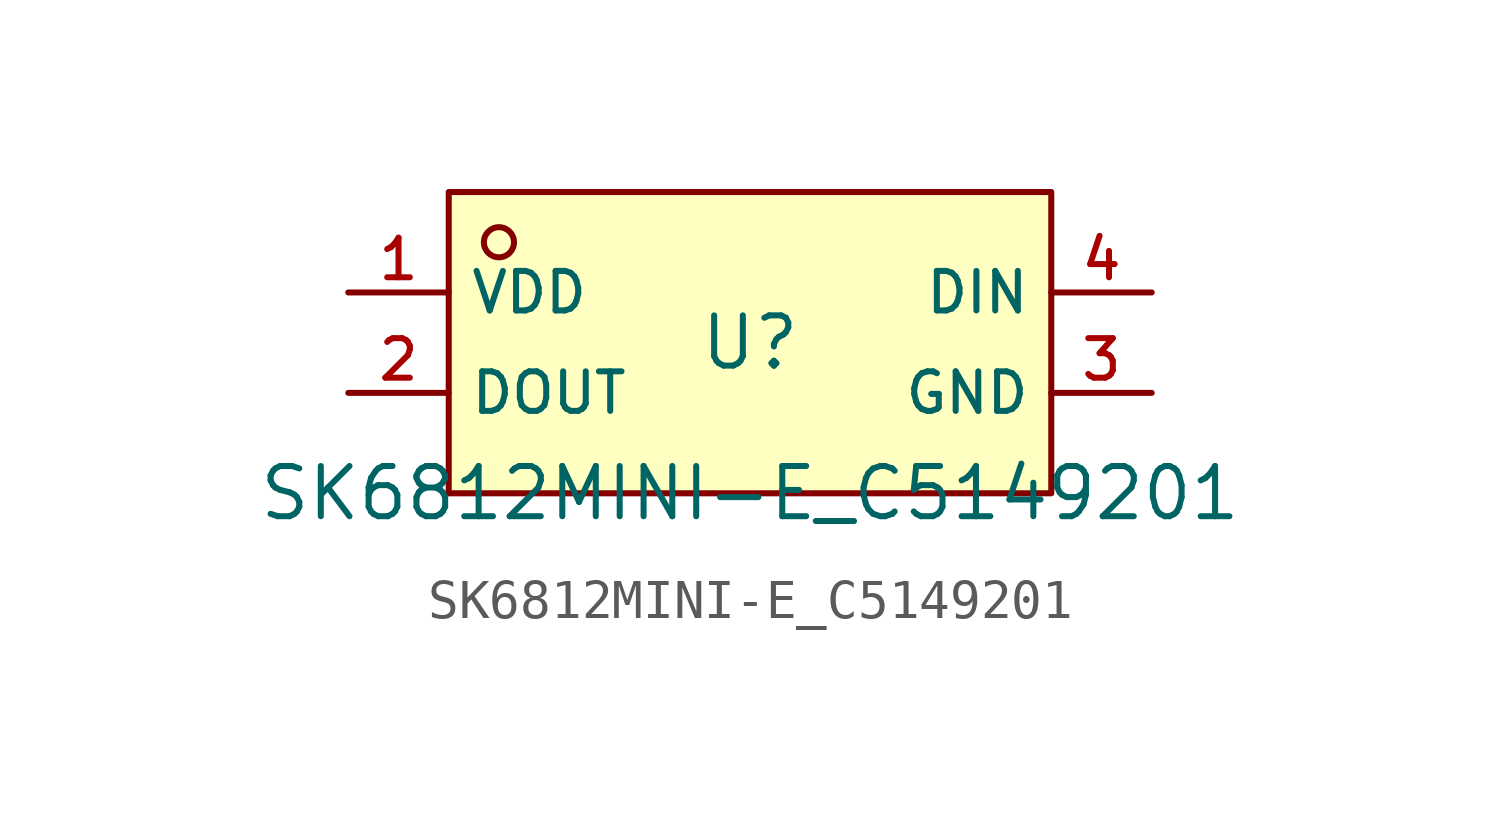
<source format=kicad_sym>
(kicad_symbol_lib
  (version 20220914)
  (generator kicad_symbol_editor)
  (symbol "SK6812MINI-E_C5149201"
    (property "Reference" "U"
      (at 0 1.27 0)
      (effects (font (size 1.27 1.27))))
    (property "Value" "SK6812MINI-E_C5149201"
      (at 0 -2.54 0)
      (effects (font (size 1.27 1.27))))
    (symbol "SK6812MINI-E_C5149201_0_1"
      (rectangle (start -7.62 5.08) (end 7.62 -2.54) (stroke (width 0) (type default)) (fill (type background)))
      (circle (center -6.35 3.81) (radius 0.381) (stroke (width 0) (type default)) (fill (type background))))
    (symbol "SK6812MINI-E_C5149201_1_1"
      (pin passive line (at -10.16 2.54 0) (length 2.54) (name "VDD" (effects (font (size 1 1)))) (number "1" (effects (font (size 1 1)))))
      (pin passive line (at -10.16 0 0) (length 2.54) (name "DOUT" (effects (font (size 1 1)))) (number "2" (effects (font (size 1 1)))))
      (pin passive line (at 10.16 0 180) (length 2.54) (name "GND" (effects (font (size 1 1)))) (number "3" (effects (font (size 1 1)))))
      (pin passive line (at 10.16 2.54 180) (length 2.54) (name "DIN" (effects (font (size 1 1)))) (number "4" (effects (font (size 1 1))))))))
</source>
